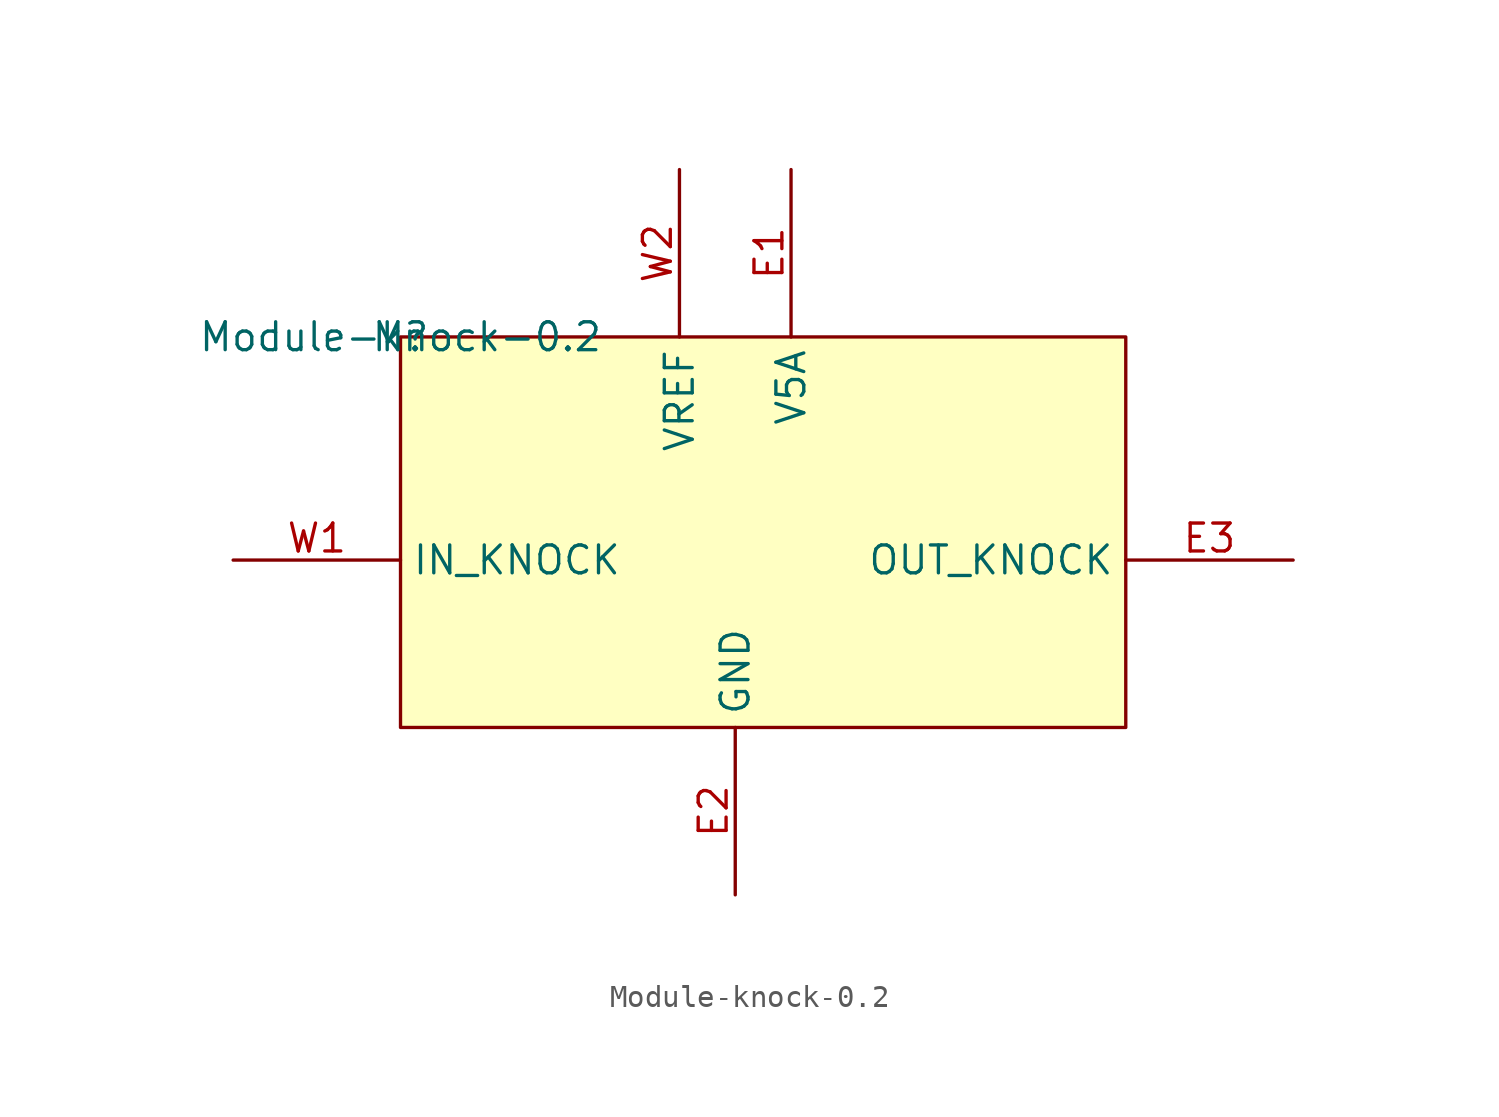
<source format=kicad_sym>
(kicad_symbol_lib
  (version 20211014)
  (generator kicad_symbol_editor)
  (symbol "Module-knock-0.2"
    (property "Reference" "M"
      (at 0 0 0)
      (effects (font (size 1.27 1.27))))
    (property "Value" "Module-knock-0.2"
      (at 0 0 0)
      (effects (font (size 1.27 1.27))))
    (symbol "Module-knock-0.2_1_0"
      (rectangle (start 33.02 0) (end 0 -17.78) (stroke (width 0) (type default) (color 0 0 0 0)) (fill (type background)))
      (pin passive line (at 17.78 7.62 270) (length 7.62) (name "V5A" (effects (font (size 1.27 1.27)))) (number "E1" (effects (font (size 1.27 1.27)))))
      (pin passive line (at 15.24 -25.4 90) (length 7.62) (name "GND" (effects (font (size 1.27 1.27)))) (number "E2" (effects (font (size 1.27 1.27)))))
      (pin passive line (at 40.64 -10.16 180) (length 7.62) (name "OUT_KNOCK" (effects (font (size 1.27 1.27)))) (number "E3" (effects (font (size 1.27 1.27)))))
      (pin passive line (at -7.62 -10.16 0) (length 7.62) (name "IN_KNOCK" (effects (font (size 1.27 1.27)))) (number "W1" (effects (font (size 1.27 1.27)))))
      (pin passive line (at 12.7 7.62 270) (length 7.62) (name "VREF" (effects (font (size 1.27 1.27)))) (number "W2" (effects (font (size 1.27 1.27))))))))
</source>
